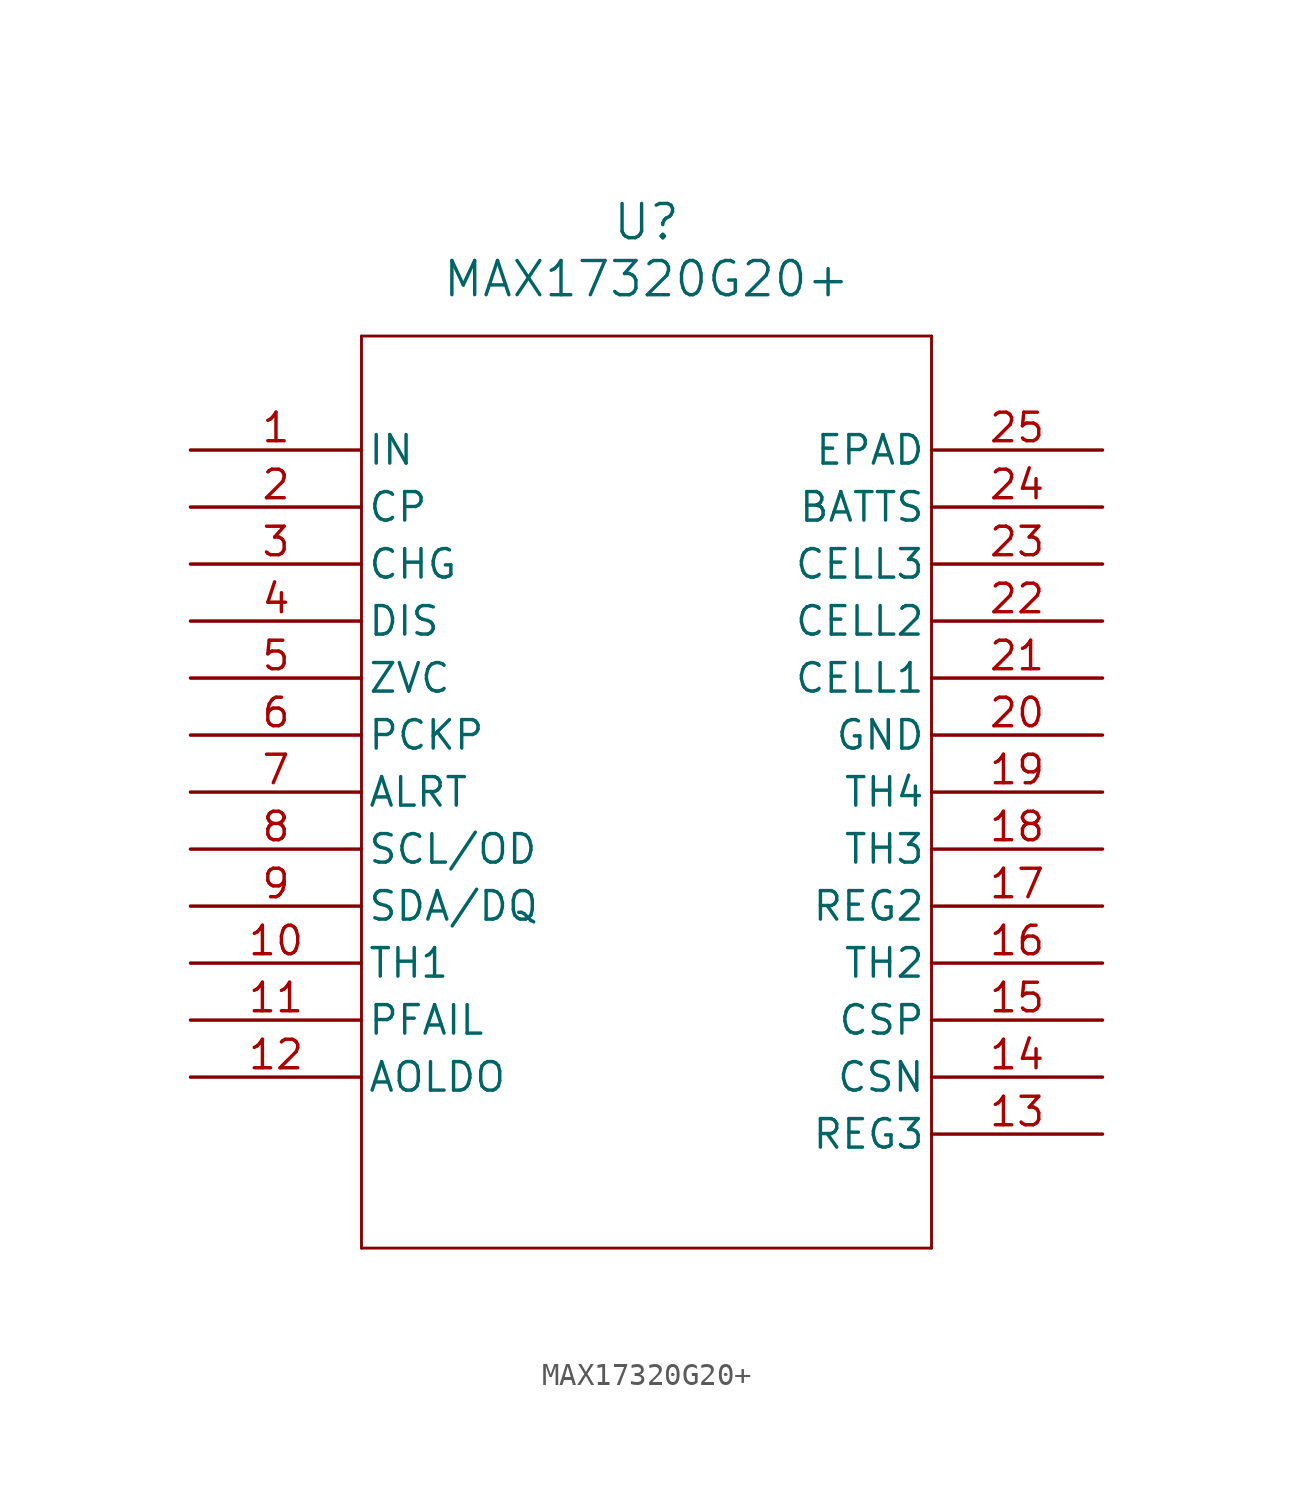
<source format=kicad_sym>
(kicad_symbol_lib
  (version 20211014)
  (generator kicad_symbol_editor)
  (symbol "MAX17320G20+"
    (pin_names
      (offset 0.254))
    (property "Reference" "U"
      (at 20.32 10.16 0)
      (effects (font (size 1.524 1.524))))
    (property "Value" "MAX17320G20+"
      (at 20.32 7.62 0)
      (effects (font (size 1.524 1.524))))
    (symbol "MAX17320G20+_0_1"
      (polyline (pts (xy 7.62 5.08) (xy 7.62 -35.56)) (stroke (width 0.127) (type default) (color 0 0 0 0)) (fill (type none)))
      (polyline (pts (xy 7.62 -35.56) (xy 33.02 -35.56)) (stroke (width 0.127) (type default) (color 0 0 0 0)) (fill (type none)))
      (polyline (pts (xy 33.02 -35.56) (xy 33.02 5.08)) (stroke (width 0.127) (type default) (color 0 0 0 0)) (fill (type none)))
      (polyline (pts (xy 33.02 5.08) (xy 7.62 5.08)) (stroke (width 0.127) (type default) (color 0 0 0 0)) (fill (type none)))
      (pin input line (at 0 0 0) (length 7.62) (name "IN" (effects (font (size 1.27 1.27)))) (number "1" (effects (font (size 1.27 1.27)))))
      (pin output line (at 0 -2.54 0) (length 7.62) (name "CP" (effects (font (size 1.27 1.27)))) (number "2" (effects (font (size 1.27 1.27)))))
      (pin unspecified line (at 0 -5.08 0) (length 7.62) (name "CHG" (effects (font (size 1.27 1.27)))) (number "3" (effects (font (size 1.27 1.27)))))
      (pin unspecified line (at 0 -7.62 0) (length 7.62) (name "DIS" (effects (font (size 1.27 1.27)))) (number "4" (effects (font (size 1.27 1.27)))))
      (pin unspecified line (at 0 -10.16 0) (length 7.62) (name "ZVC" (effects (font (size 1.27 1.27)))) (number "5" (effects (font (size 1.27 1.27)))))
      (pin unspecified line (at 0 -12.7 0) (length 7.62) (name "PCKP" (effects (font (size 1.27 1.27)))) (number "6" (effects (font (size 1.27 1.27)))))
      (pin output line (at 0 -15.24 0) (length 7.62) (name "ALRT" (effects (font (size 1.27 1.27)))) (number "7" (effects (font (size 1.27 1.27)))))
      (pin input line (at 0 -17.78 0) (length 7.62) (name "SCL/OD" (effects (font (size 1.27 1.27)))) (number "8" (effects (font (size 1.27 1.27)))))
      (pin bidirectional line (at 0 -20.32 0) (length 7.62) (name "SDA/DQ" (effects (font (size 1.27 1.27)))) (number "9" (effects (font (size 1.27 1.27)))))
      (pin input line (at 0 -22.86 0) (length 7.62) (name "TH1" (effects (font (size 1.27 1.27)))) (number "10" (effects (font (size 1.27 1.27)))))
      (pin unspecified line (at 0 -25.4 0) (length 7.62) (name "PFAIL" (effects (font (size 1.27 1.27)))) (number "11" (effects (font (size 1.27 1.27)))))
      (pin unspecified line (at 0 -27.94 0) (length 7.62) (name "AOLDO" (effects (font (size 1.27 1.27)))) (number "12" (effects (font (size 1.27 1.27)))))
      (pin output line (at 40.64 -30.48 180) (length 7.62) (name "REG3" (effects (font (size 1.27 1.27)))) (number "13" (effects (font (size 1.27 1.27)))))
      (pin unspecified line (at 40.64 -27.94 180) (length 7.62) (name "CSN" (effects (font (size 1.27 1.27)))) (number "14" (effects (font (size 1.27 1.27)))))
      (pin unspecified line (at 40.64 -25.4 180) (length 7.62) (name "CSP" (effects (font (size 1.27 1.27)))) (number "15" (effects (font (size 1.27 1.27)))))
      (pin input line (at 40.64 -22.86 180) (length 7.62) (name "TH2" (effects (font (size 1.27 1.27)))) (number "16" (effects (font (size 1.27 1.27)))))
      (pin output line (at 40.64 -20.32 180) (length 7.62) (name "REG2" (effects (font (size 1.27 1.27)))) (number "17" (effects (font (size 1.27 1.27)))))
      (pin input line (at 40.64 -17.78 180) (length 7.62) (name "TH3" (effects (font (size 1.27 1.27)))) (number "18" (effects (font (size 1.27 1.27)))))
      (pin input line (at 40.64 -15.24 180) (length 7.62) (name "TH4" (effects (font (size 1.27 1.27)))) (number "19" (effects (font (size 1.27 1.27)))))
      (pin power_in line (at 40.64 -12.7 180) (length 7.62) (name "GND" (effects (font (size 1.27 1.27)))) (number "20" (effects (font (size 1.27 1.27)))))
      (pin unspecified line (at 40.64 -10.16 180) (length 7.62) (name "CELL1" (effects (font (size 1.27 1.27)))) (number "21" (effects (font (size 1.27 1.27)))))
      (pin unspecified line (at 40.64 -7.62 180) (length 7.62) (name "CELL2" (effects (font (size 1.27 1.27)))) (number "22" (effects (font (size 1.27 1.27)))))
      (pin unspecified line (at 40.64 -5.08 180) (length 7.62) (name "CELL3" (effects (font (size 1.27 1.27)))) (number "23" (effects (font (size 1.27 1.27)))))
      (pin unspecified line (at 40.64 -2.54 180) (length 7.62) (name "BATTS" (effects (font (size 1.27 1.27)))) (number "24" (effects (font (size 1.27 1.27)))))
      (pin power_in line (at 40.64 0 180) (length 7.62) (name "EPAD" (effects (font (size 1.27 1.27)))) (number "25" (effects (font (size 1.27 1.27))))))))
</source>
